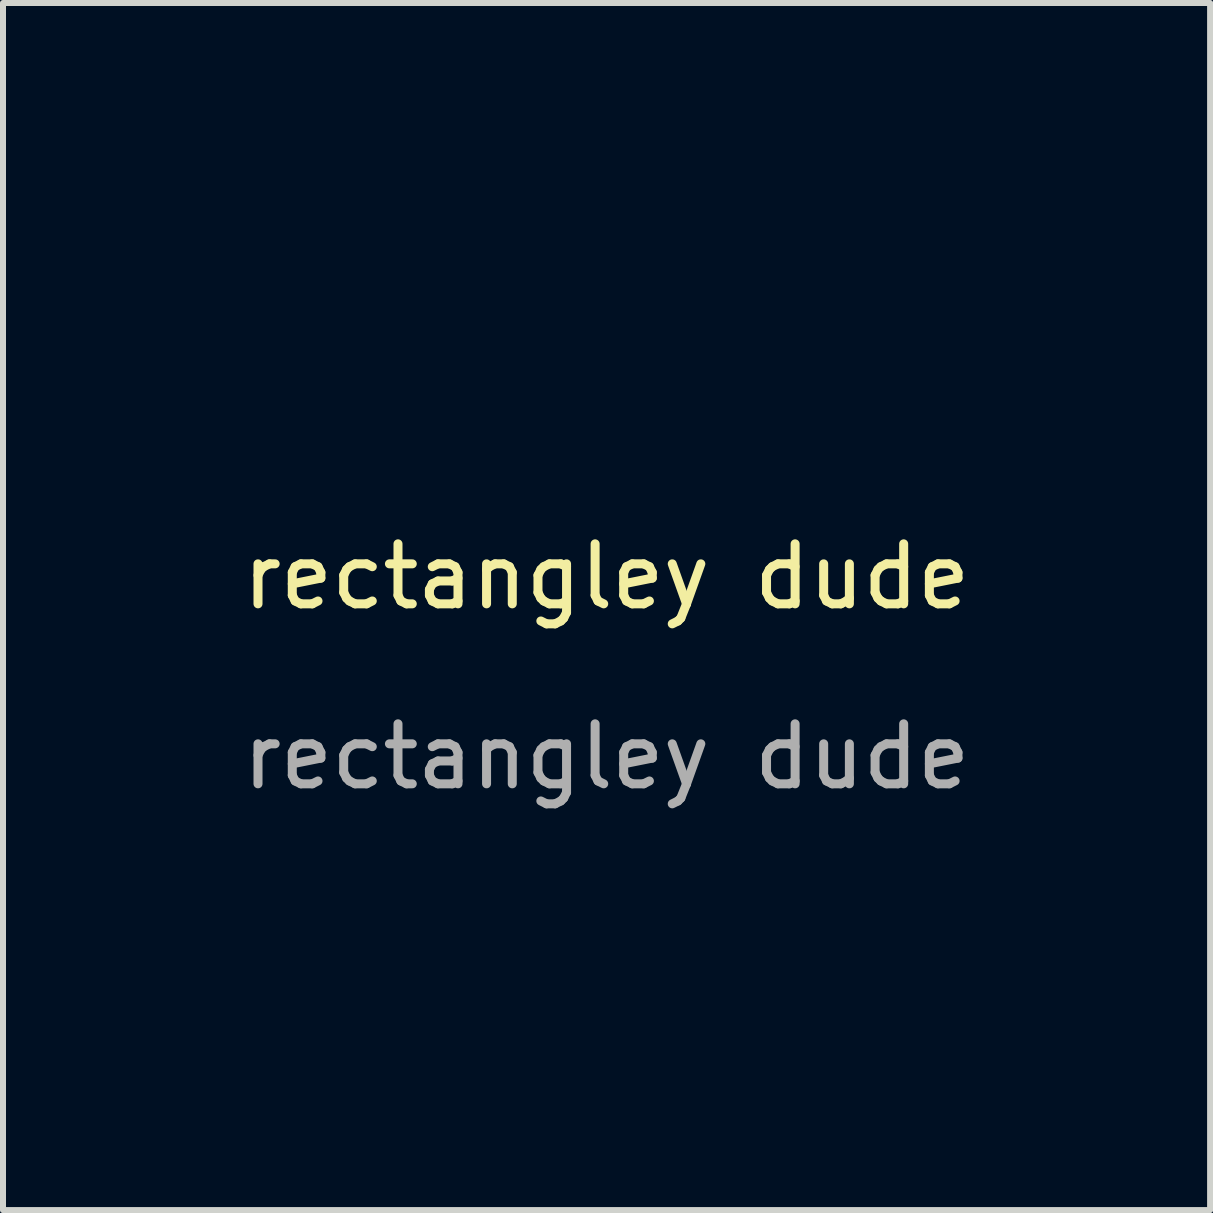
<source format=kicad_pcb>
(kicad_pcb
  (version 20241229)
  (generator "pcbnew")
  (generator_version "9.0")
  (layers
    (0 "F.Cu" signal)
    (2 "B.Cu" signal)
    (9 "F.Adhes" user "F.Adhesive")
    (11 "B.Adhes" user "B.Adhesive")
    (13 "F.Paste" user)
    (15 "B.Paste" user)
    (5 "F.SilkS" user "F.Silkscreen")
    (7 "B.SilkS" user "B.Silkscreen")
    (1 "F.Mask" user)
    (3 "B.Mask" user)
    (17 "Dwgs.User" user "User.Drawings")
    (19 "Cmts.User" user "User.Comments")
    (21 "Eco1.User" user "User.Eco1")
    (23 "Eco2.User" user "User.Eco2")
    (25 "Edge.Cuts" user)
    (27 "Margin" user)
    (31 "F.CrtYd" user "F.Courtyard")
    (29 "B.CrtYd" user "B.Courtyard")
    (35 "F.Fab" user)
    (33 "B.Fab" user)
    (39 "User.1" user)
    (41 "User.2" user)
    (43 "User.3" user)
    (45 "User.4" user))
  (footprint "rectangley dude"
    (layer "F.Cu")
    (at 7.06 7.06)
    (property "Reference" "rectangley dude" (at 0 -0.5 0) (unlocked yes) (layer "F.SilkS") (effects (font (size 1 1) (thickness 0.15))))
    (fp_rect (start -7 7) (end 7 -7) (stroke (width 0.12) (type solid)) (fill no) (layer "User.9"))
    (fp_text user "${REFERENCE}" (at 0 2.5 0) (unlocked yes) (layer "F.Fab") (effects (font (size 1 1) (thickness 0.15)))))
  (gr_rect
    (start -3 -3)
    (end 17.12 17.12)
    (stroke (width 0.1) (type default))
    (fill no)
    (layer "Edge.Cuts")))
</source>
